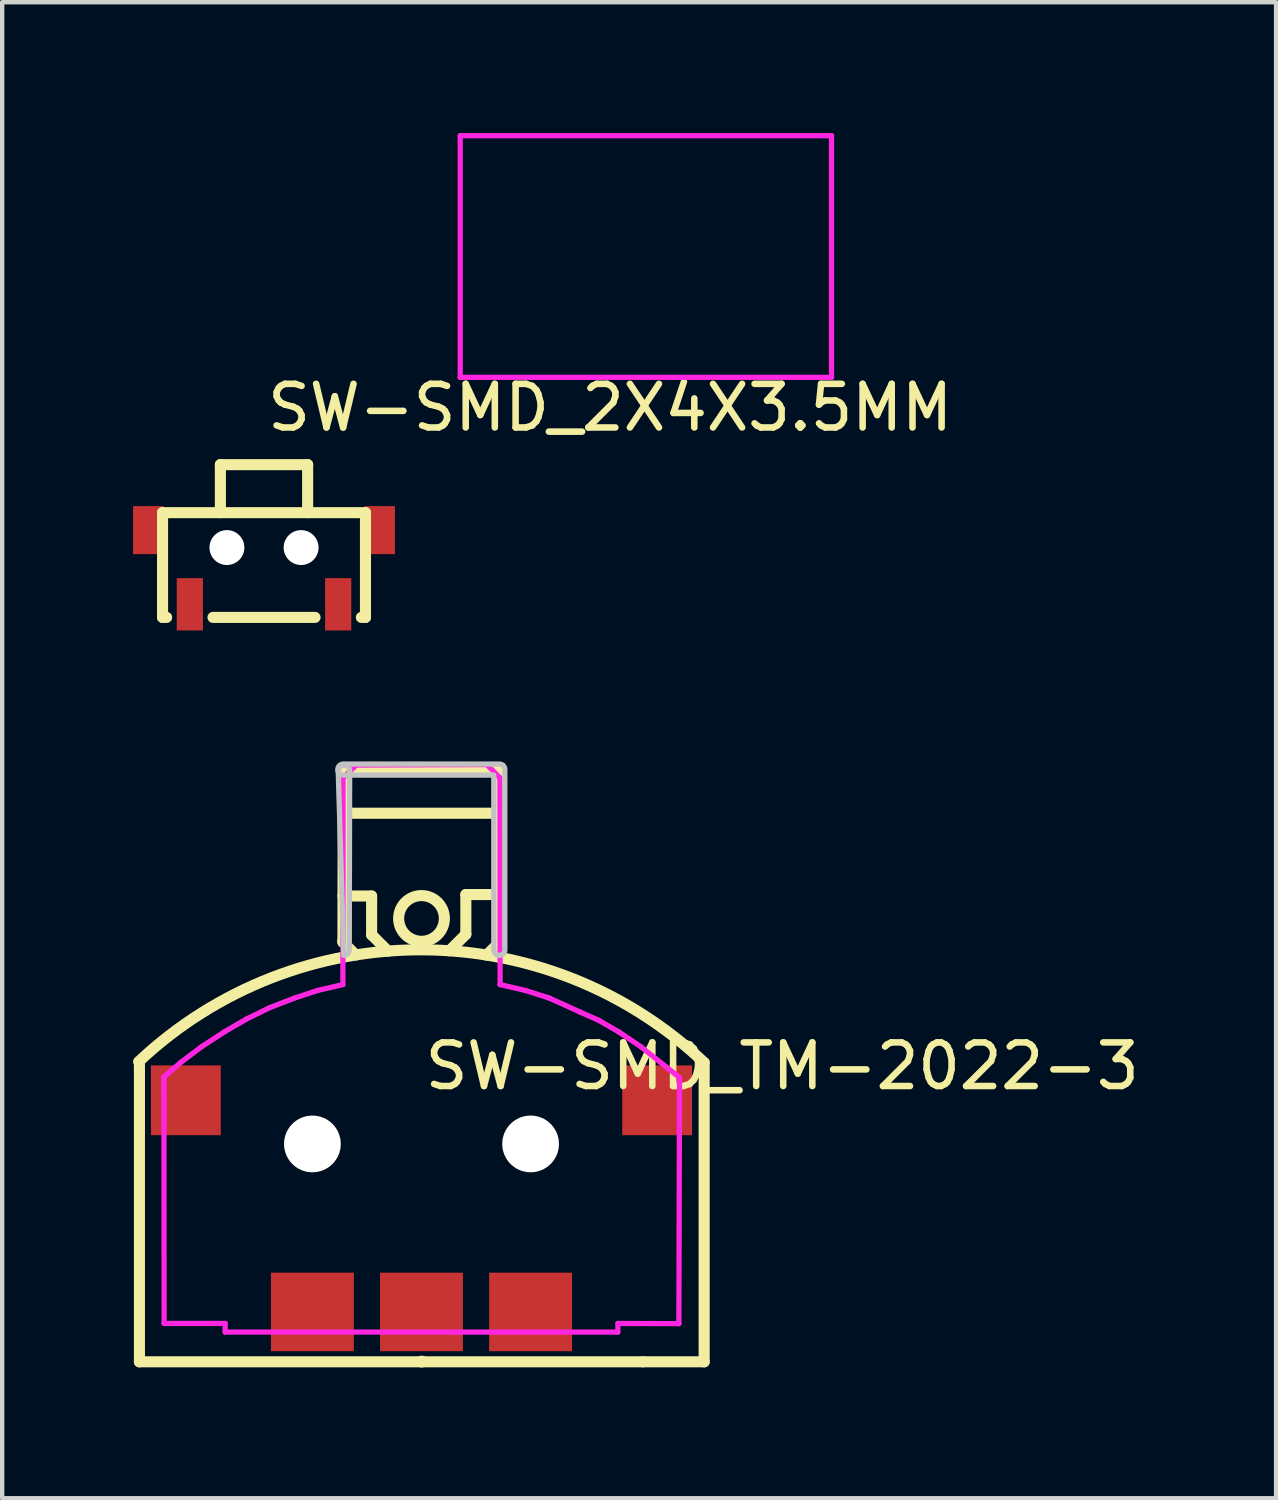
<source format=kicad_pcb>
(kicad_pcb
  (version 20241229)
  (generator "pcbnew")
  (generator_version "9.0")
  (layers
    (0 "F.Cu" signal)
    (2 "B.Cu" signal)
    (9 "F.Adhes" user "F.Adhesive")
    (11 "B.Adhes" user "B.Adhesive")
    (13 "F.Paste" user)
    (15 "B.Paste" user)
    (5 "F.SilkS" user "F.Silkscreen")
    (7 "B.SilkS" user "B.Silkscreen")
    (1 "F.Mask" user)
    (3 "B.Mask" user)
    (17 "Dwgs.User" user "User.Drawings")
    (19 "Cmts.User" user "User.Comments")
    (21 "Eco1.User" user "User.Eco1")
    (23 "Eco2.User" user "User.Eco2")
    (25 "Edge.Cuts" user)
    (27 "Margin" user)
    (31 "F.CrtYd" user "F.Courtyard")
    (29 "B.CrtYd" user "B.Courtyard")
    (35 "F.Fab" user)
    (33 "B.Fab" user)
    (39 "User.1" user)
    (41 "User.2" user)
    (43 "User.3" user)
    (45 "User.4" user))
  (footprint "SW-SMD_2X4X3.5MM"
    (layer "F.Cu")
    (at 3 9.498)
    (property "Reference" "SW-SMD_2X4X3.5MM" (at 0 -3.207 0) (layer "F.SilkS") (effects (font (size 1 1) (thickness 0.15)) (justify left)))
    (attr through_hole)
    (fp_line (start -2.325 -0.8) (end -2.325 1.6) (stroke (width 0.254) (type solid)) (layer "F.SilkS"))
    (fp_line (start -2.325 -0.8) (end 2.325 -0.8) (stroke (width 0.254) (type solid)) (layer "F.SilkS"))
    (fp_line (start -2.325 1.6) (end -2.231 1.6) (stroke (width 0.254) (type solid)) (layer "F.SilkS"))
    (fp_line (start -1.169 1.6) (end 1.169 1.6) (stroke (width 0.254) (type solid)) (layer "F.SilkS"))
    (fp_line (start -1 -1.9) (end 1 -1.9) (stroke (width 0.254) (type solid)) (layer "F.SilkS"))
    (fp_line (start -1 -0.8) (end -1 -1.9) (stroke (width 0.254) (type solid)) (layer "F.SilkS"))
    (fp_line (start 1 -0.8) (end 1 -1.9) (stroke (width 0.254) (type solid)) (layer "F.SilkS"))
    (fp_line (start 2.231 1.6) (end 2.325 1.6) (stroke (width 0.254) (type solid)) (layer "F.SilkS"))
    (fp_line (start 2.325 -0.8) (end 2.325 1.6) (stroke (width 0.254) (type solid)) (layer "F.SilkS"))
    (fp_circle (center 7.747 -8.128) (end 8.022 -8.128) (stroke (width 0.55) (type solid)) (fill no) (layer "Eco2.User"))
    (fp_circle (center 7.747 -8.128) (end 8.297 -8.128) (stroke (width 0.127) (type solid)) (fill no) (layer "Eco2.User"))
    (fp_circle (center 9.747 -8.128) (end 10.022 -8.128) (stroke (width 0.55) (type solid)) (fill no) (layer "Eco2.User"))
    (fp_circle (center 9.747 -8.128) (end 10.297 -8.128) (stroke (width 0.127) (type solid)) (fill no) (layer "Eco2.User"))
    (fp_poly (pts (xy 4.497 -6.728) (xy 5.997 -6.728) (xy 5.997 -5.228) (xy 4.497 -5.228)) (stroke (width 0.12) (type solid)) (fill no) (layer "Eco2.User"))
    (fp_poly (pts (xy 5.497 -9.428) (xy 6.747 -9.428) (xy 6.747 -7.628) (xy 5.497 -7.628)) (stroke (width 0.12) (type solid)) (fill no) (layer "Eco2.User"))
    (fp_poly (pts (xy 10.747 -9.428) (xy 11.997 -9.428) (xy 11.997 -7.628) (xy 10.747 -7.628)) (stroke (width 0.12) (type solid)) (fill no) (layer "Eco2.User"))
    (fp_poly (pts (xy 11.497 -6.728) (xy 12.997 -6.728) (xy 12.997 -5.228) (xy 11.497 -5.228)) (stroke (width 0.12) (type solid)) (fill no) (layer "Eco2.User"))
    (fp_line (start 4.496 -9.438) (end 13.005 -9.438) (stroke (width 0.12) (type solid)) (layer "F.CrtYd"))
    (fp_line (start 4.496 -3.901) (end 4.496 -9.438) (stroke (width 0.12) (type solid)) (layer "F.CrtYd"))
    (fp_line (start 13.005 -9.438) (end 13.005 -3.901) (stroke (width 0.12) (type solid)) (layer "F.CrtYd"))
    (fp_line (start 13.005 -3.901) (end 4.496 -3.901) (stroke (width 0.12) (type solid)) (layer "F.CrtYd"))
    (pad "" np_thru_hole circle (at -0.85 0) (size 0.8 0.8) (drill 0.8) (layers "*.Cu" "*.Mask"))
    (pad "" np_thru_hole circle (at 0.85 0) (size 0.8 0.8) (drill 0.8) (layers "*.Cu" "*.Mask"))
    (pad "1" smd rect (at -1.7 1.3) (size 0.6 1.2) (layers "F.Cu" "F.Mask" "F.Paste"))
    (pad "2" smd rect (at 1.7 1.3) (size 0.6 1.2) (layers "F.Cu" "F.Mask" "F.Paste"))
    (pad "3" smd rect (at 2.65 -0.4) (size 0.7 1.1) (layers "F.Cu" "F.Mask" "F.Paste"))
    (pad "4" smd rect (at -2.65 -0.4) (size 0.7 1.1) (layers "F.Cu" "F.Mask" "F.Paste")))
  (footprint "SW-SMD_TM-2022-3"
    (layer "F.Cu")
    (at 6.609 24.589)
    (property "Reference" "SW-SMD_TM-2022-3" (at 0 -3.207 0) (layer "F.SilkS") (effects (font (size 1 1) (thickness 0.15)) (justify left)))
    (attr through_hole)
    (fp_line (start -6.464 3.568) (end -6.464 -3.29) (stroke (width 0.254) (type solid)) (layer "F.SilkS"))
    (fp_line (start -6.464 3.568) (end 5.08 3.568) (stroke (width 0.254) (type solid)) (layer "F.SilkS"))
    (fp_line (start -1.8 -9.003) (end 1.8 -9.003) (stroke (width 0.254) (type solid)) (layer "F.SilkS"))
    (fp_line (start -1.8 -7.106) (end -1.143 -7.106) (stroke (width 0.254) (type solid)) (layer "F.SilkS"))
    (fp_line (start -1.8 -6.084) (end -1.8 -6.049) (stroke (width 0.254) (type solid)) (layer "F.SilkS"))
    (fp_line (start -1.8 -6.049) (end -1.506 -5.755) (stroke (width 0.254) (type solid)) (layer "F.SilkS"))
    (fp_line (start -1.793 -10.035) (end -1.8 -6.084) (stroke (width 0.254) (type solid)) (layer "F.SilkS"))
    (fp_line (start -1.781 -10.045) (end 1.819 -10.045) (stroke (width 0.254) (type solid)) (layer "F.SilkS"))
    (fp_line (start -1.143 -7.106) (end -1.143 -6.217) (stroke (width 0.254) (type solid)) (layer "F.SilkS"))
    (fp_line (start -1.143 -6.217) (end -0.769 -5.844) (stroke (width 0.254) (type solid)) (layer "F.SilkS"))
    (fp_line (start -0.012 3.568) (end -0.012 3.556) (stroke (width 0.254) (type solid)) (layer "F.SilkS"))
    (fp_line (start 0.022 3.568) (end 0.022 3.556) (stroke (width 0.254) (type solid)) (layer "F.SilkS"))
    (fp_line (start 1.016 -7.14) (end 1.016 -6.228) (stroke (width 0.254) (type solid)) (layer "F.SilkS"))
    (fp_line (start 1.016 -6.228) (end 0.639 -5.851) (stroke (width 0.254) (type solid)) (layer "F.SilkS"))
    (fp_line (start 1.791 -10.045) (end 1.8 -6.084) (stroke (width 0.254) (type solid)) (layer "F.SilkS"))
    (fp_line (start 1.8 -7.14) (end 1.016 -7.14) (stroke (width 0.254) (type solid)) (layer "F.SilkS"))
    (fp_line (start 1.8 -6.084) (end 1.8 -6.059) (stroke (width 0.254) (type solid)) (layer "F.SilkS"))
    (fp_line (start 1.8 -6.059) (end 1.494 -5.753) (stroke (width 0.254) (type solid)) (layer "F.SilkS"))
    (fp_line (start 6.477 -3.29) (end 6.477 3.568) (stroke (width 0.254) (type solid)) (layer "F.SilkS"))
    (fp_line (start 6.477 3.568) (end 5.08 3.568) (stroke (width 0.254) (type solid)) (layer "F.SilkS"))
    (fp_arc (start -6.482 -3.309) (mid 0.001215 -5.873445) (end 6.476679 -3.289489) (stroke (width 0.254) (type solid)) (layer "F.SilkS"))
    (fp_circle (center 0 -6.592) (end 0.524 -6.592) (stroke (width 0.254) (type solid)) (fill no) (layer "F.SilkS"))
    (fp_circle (center -2.5 -1.425) (end -2.275 -1.425) (stroke (width 0.45) (type solid)) (fill no) (layer "Dwgs.User"))
    (fp_circle (center 2.5 -1.425) (end 2.725 -1.425) (stroke (width 0.45) (type solid)) (fill no) (layer "Dwgs.User"))
    (fp_poly (pts (xy -1.655 -5.874) (xy -1.657 -5.849) (xy -1.665 -5.825) (xy -1.676 -5.803) (xy -1.692 -5.784) (xy -1.711 -5.768) (xy -1.733 -5.757) (xy -1.757 -5.749) (xy -1.782 -5.747) (xy -1.909 -9.976) (xy -1.906 -10) (xy -1.899 -10.024) (xy -1.888 -10.046) (xy -1.872 -10.065) (xy -1.852 -10.081) (xy -1.831 -10.093) (xy -1.807 -10.1) (xy -1.782 -10.103) (xy -1.773 -10.103) (xy -1.748 -10.1) (xy -1.724 -10.093) (xy -1.702 -10.081) (xy -1.683 -10.065) (xy -1.667 -10.046) (xy -1.655 -10.024) (xy -1.648 -10) (xy -1.646 -9.976) (xy -1.655 -5.874)) (stroke (width 0.12) (type solid)) (fill no) (layer "Dwgs.User"))
    (fp_poly (pts (xy -1.791 -10.131) (xy 1.783 -10.131) (xy 1.808 -10.128) (xy 1.832 -10.121) (xy 1.854 -10.109) (xy 1.873 -10.094) (xy 1.889 -10.074) (xy 1.901 -10.052) (xy 1.908 -10.029) (xy 1.91 -10.004) (xy 1.91 -5.874) (xy 1.908 -5.849) (xy 1.901 -5.825) (xy 1.889 -5.803) (xy 1.873 -5.784) (xy 1.854 -5.768) (xy 1.832 -5.757) (xy 1.808 -5.749) (xy 1.783 -5.747) (xy 1.759 -5.749) (xy 1.735 -5.757) (xy 1.713 -5.768) (xy 1.694 -5.784) (xy 1.678 -5.803) (xy 1.666 -5.825) (xy 1.659 -5.849) (xy 1.656 -5.874) (xy 1.656 -9.877) (xy -1.791 -9.877) (xy -1.816 -9.879) (xy -1.84 -9.887) (xy -1.862 -9.898) (xy -1.881 -9.914) (xy -1.897 -9.933) (xy -1.909 -9.955) (xy -1.916 -9.979) (xy -1.918 -10.004) (xy -1.916 -10.029) (xy -1.909 -10.052) (xy -1.897 -10.074) (xy -1.881 -10.094) (xy -1.862 -10.109) (xy -1.84 -10.121) (xy -1.816 -10.128) (xy -1.791 -10.131)) (stroke (width 0.12) (type solid)) (fill no) (layer "Dwgs.User"))
    (fp_circle (center -5.903 -10.118) (end -5.873 -10.118) (stroke (width 0.06) (type solid)) (fill no) (layer "Eco2.User"))
    (fp_poly (pts (xy -5.903 -2.925) (xy -4.703 -2.925) (xy -4.703 -1.925) (xy -5.903 -1.925)) (stroke (width 0.12) (type solid)) (fill no) (layer "Eco2.User"))
    (fp_poly (pts (xy -3.25 1.687) (xy -1.75 1.687) (xy -1.75 2.887) (xy -3.25 2.887)) (stroke (width 0.12) (type solid)) (fill no) (layer "Eco2.User"))
    (fp_poly (pts (xy -0.75 1.687) (xy 0.75 1.687) (xy 0.75 2.887) (xy -0.75 2.887)) (stroke (width 0.12) (type solid)) (fill no) (layer "Eco2.User"))
    (fp_poly (pts (xy 1.75 1.687) (xy 3.25 1.687) (xy 3.25 2.887) (xy 1.75 2.887)) (stroke (width 0.12) (type solid)) (fill no) (layer "Eco2.User"))
    (fp_poly (pts (xy 4.712 -2.925) (xy 5.912 -2.925) (xy 5.912 -1.925) (xy 4.712 -1.925)) (stroke (width 0.12) (type solid)) (fill no) (layer "Eco2.User"))
    (fp_line (start -5.903 -2.961) (end -5.512 -3.297) (stroke (width 0.12) (type solid)) (layer "F.CrtYd"))
    (fp_line (start -5.898 2.688) (end -5.903 -2.961) (stroke (width 0.12) (type solid)) (layer "F.CrtYd"))
    (fp_line (start -5.512 -3.297) (end -5.034 -3.657) (stroke (width 0.12) (type solid)) (layer "F.CrtYd"))
    (fp_line (start -5.034 -3.657) (end -4.506 -4) (stroke (width 0.12) (type solid)) (layer "F.CrtYd"))
    (fp_line (start -4.506 -4) (end -4.015 -4.285) (stroke (width 0.12) (type solid)) (layer "F.CrtYd"))
    (fp_line (start -4.5 2.886) (end -4.499 2.688) (stroke (width 0.12) (type solid)) (layer "F.CrtYd"))
    (fp_line (start -4.499 2.688) (end -5.898 2.688) (stroke (width 0.12) (type solid)) (layer "F.CrtYd"))
    (fp_line (start -4.015 -4.285) (end -3.477 -4.549) (stroke (width 0.12) (type solid)) (layer "F.CrtYd"))
    (fp_line (start -3.477 -4.549) (end -2.911 -4.767) (stroke (width 0.12) (type solid)) (layer "F.CrtYd"))
    (fp_line (start -2.911 -4.767) (end -2.377 -4.943) (stroke (width 0.12) (type solid)) (layer "F.CrtYd"))
    (fp_line (start -2.377 -4.943) (end -1.801 -5.077) (stroke (width 0.12) (type solid)) (layer "F.CrtYd"))
    (fp_line (start -1.801 -5.077) (end -1.798 -9.813) (stroke (width 0.12) (type solid)) (layer "F.CrtYd"))
    (fp_line (start -1.798 -9.813) (end -1.494 -10.107) (stroke (width 0.12) (type solid)) (layer "F.CrtYd"))
    (fp_line (start -1.494 -10.107) (end 1.5 -10.118) (stroke (width 0.12) (type solid)) (layer "F.CrtYd"))
    (fp_line (start 1.5 -10.118) (end 1.798 -9.813) (stroke (width 0.12) (type solid)) (layer "F.CrtYd"))
    (fp_line (start 1.798 -9.813) (end 1.801 -5.077) (stroke (width 0.12) (type solid)) (layer "F.CrtYd"))
    (fp_line (start 1.801 -5.077) (end 2.384 -4.941) (stroke (width 0.12) (type solid)) (layer "F.CrtYd"))
    (fp_line (start 2.384 -4.941) (end 2.93 -4.767) (stroke (width 0.12) (type solid)) (layer "F.CrtYd"))
    (fp_line (start 2.93 -4.767) (end 3.635 -4.447) (stroke (width 0.12) (type solid)) (layer "F.CrtYd"))
    (fp_line (start 3.635 -4.447) (end 4.059 -4.259) (stroke (width 0.12) (type solid)) (layer "F.CrtYd"))
    (fp_line (start 4.059 -4.259) (end 4.524 -3.991) (stroke (width 0.12) (type solid)) (layer "F.CrtYd"))
    (fp_line (start 4.498 2.887) (end -4.5 2.886) (stroke (width 0.12) (type solid)) (layer "F.CrtYd"))
    (fp_line (start 4.503 2.689) (end 4.498 2.887) (stroke (width 0.12) (type solid)) (layer "F.CrtYd"))
    (fp_line (start 4.524 -3.991) (end 5.027 -3.652) (stroke (width 0.12) (type solid)) (layer "F.CrtYd"))
    (fp_line (start 5.027 -3.652) (end 5.912 -2.947) (stroke (width 0.12) (type solid)) (layer "F.CrtYd"))
    (fp_line (start 5.898 2.693) (end 4.503 2.689) (stroke (width 0.12) (type solid)) (layer "F.CrtYd"))
    (fp_line (start 5.912 -2.947) (end 5.898 2.693) (stroke (width 0.12) (type solid)) (layer "F.CrtYd"))
    (pad "" np_thru_hole circle (at -2.5 -1.425) (size 1.3 1.3) (drill 1.3) (layers "*.Cu" "*.Mask"))
    (pad "" np_thru_hole circle (at 2.5 -1.425) (size 1.3 1.3) (drill 1.3) (layers "*.Cu" "*.Mask"))
    (pad "a" smd rect (at -5.4 -2.425) (size 1.6 1.6) (layers "F.Cu" "F.Mask" "F.Paste"))
    (pad "a" smd rect (at 5.4 -2.425) (size 1.6 1.6) (layers "F.Cu" "F.Mask" "F.Paste"))
    (pad "b" smd rect (at 2.5 2.425) (size 1.9 1.8) (layers "F.Cu" "F.Mask" "F.Paste"))
    (pad "c" smd rect (at 0 2.425) (size 1.9 1.8) (layers "F.Cu" "F.Mask" "F.Paste"))
    (pad "d" smd rect (at -2.5 2.425) (size 1.9 1.8) (layers "F.Cu" "F.Mask" "F.Paste")))
  (gr_rect
    (start -3 -3)
    (end 26.192 31.284)
    (stroke (width 0.1) (type default))
    (fill no)
    (layer "Edge.Cuts")))
</source>
